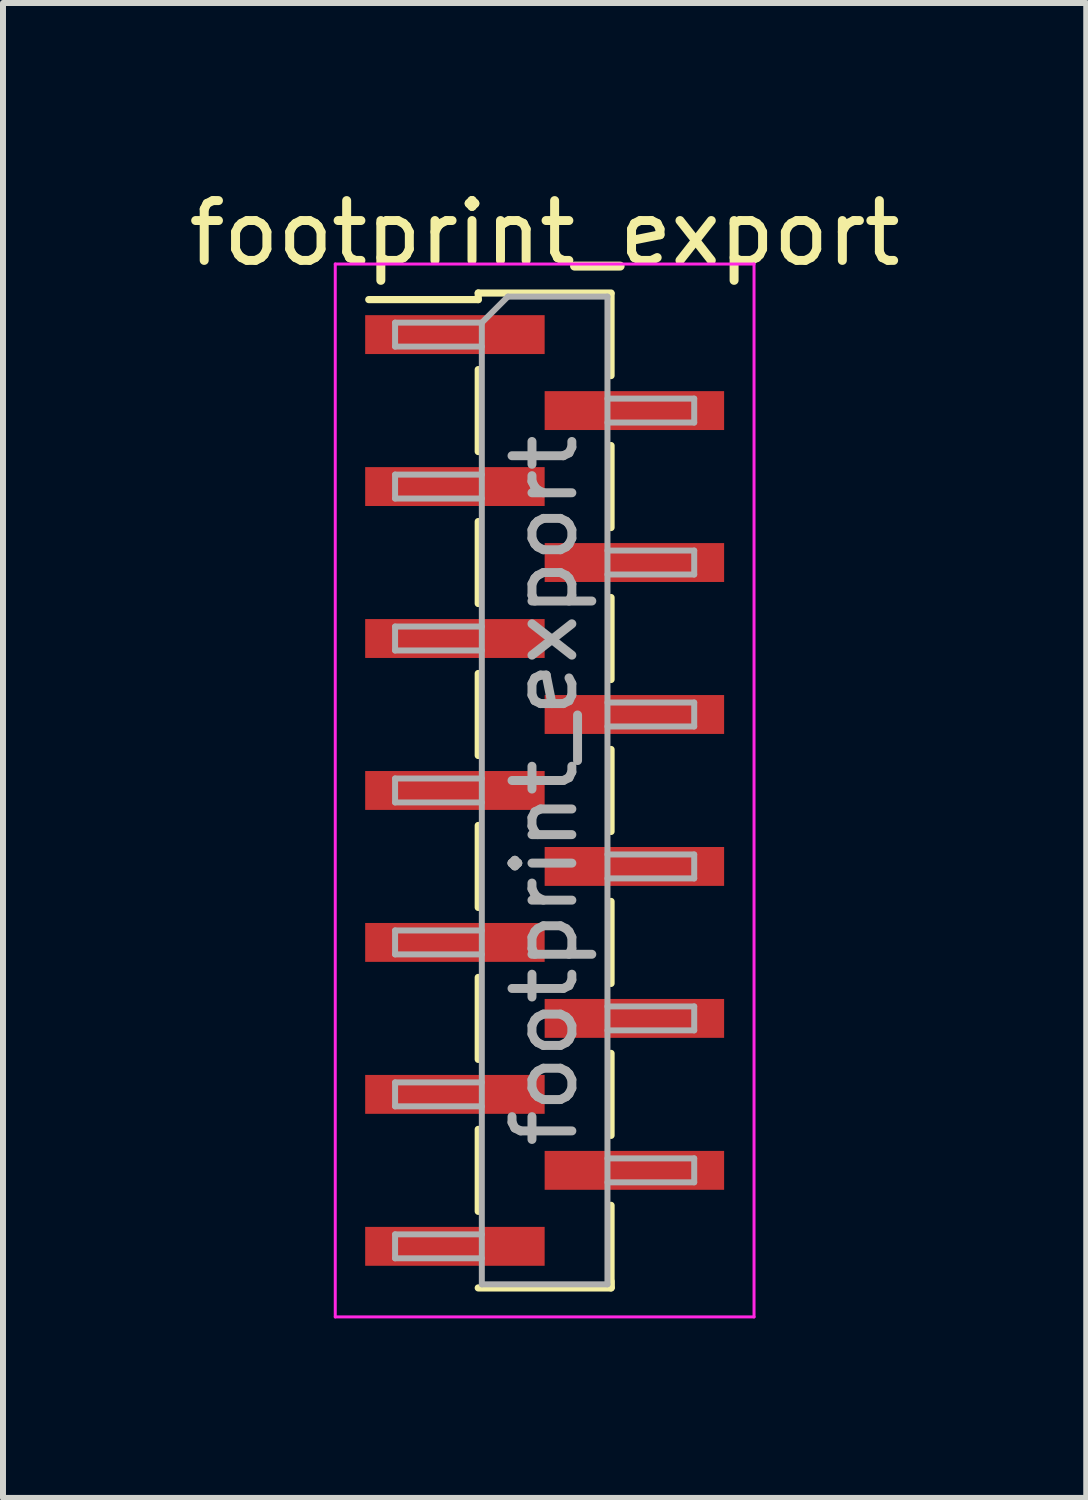
<source format=kicad_pcb>
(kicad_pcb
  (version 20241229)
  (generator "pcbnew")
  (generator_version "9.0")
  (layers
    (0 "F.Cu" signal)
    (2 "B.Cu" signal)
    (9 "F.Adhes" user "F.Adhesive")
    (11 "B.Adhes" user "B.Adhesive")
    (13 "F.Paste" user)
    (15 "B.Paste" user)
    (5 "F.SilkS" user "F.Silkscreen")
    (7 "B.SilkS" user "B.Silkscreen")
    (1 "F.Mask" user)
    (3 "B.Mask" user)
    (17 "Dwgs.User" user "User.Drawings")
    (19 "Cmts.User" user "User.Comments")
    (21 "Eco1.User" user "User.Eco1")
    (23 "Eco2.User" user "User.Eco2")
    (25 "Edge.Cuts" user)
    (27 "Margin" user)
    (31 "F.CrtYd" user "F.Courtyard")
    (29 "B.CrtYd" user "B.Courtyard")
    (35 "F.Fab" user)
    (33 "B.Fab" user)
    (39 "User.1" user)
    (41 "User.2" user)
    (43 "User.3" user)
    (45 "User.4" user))
  (footprint "footprint_export"
    (layer "F.Cu")
    (at 6.054 10.163)
    (property "Reference" "footprint_export" (at 0 -9.315 0) (layer "F.SilkS") (effects (font (size 1 1) (thickness 0.15))))
    (attr smd)
    (fp_line (start -1.11 -8.315) (end -1.11 -8.205) (stroke (width 0.12) (type solid)) (layer "F.SilkS"))
    (fp_line (start -1.11 -8.315) (end 1.11 -8.315) (stroke (width 0.12) (type solid)) (layer "F.SilkS"))
    (fp_line (start -1.11 -8.205) (end -2.94 -8.205) (stroke (width 0.12) (type solid)) (layer "F.SilkS"))
    (fp_line (start -1.11 -7.035) (end -1.11 -5.665) (stroke (width 0.12) (type solid)) (layer "F.SilkS"))
    (fp_line (start -1.11 -4.495) (end -1.11 -3.125) (stroke (width 0.12) (type solid)) (layer "F.SilkS"))
    (fp_line (start -1.11 -1.955) (end -1.11 -0.585) (stroke (width 0.12) (type solid)) (layer "F.SilkS"))
    (fp_line (start -1.11 0.585) (end -1.11 1.955) (stroke (width 0.12) (type solid)) (layer "F.SilkS"))
    (fp_line (start -1.11 3.125) (end -1.11 4.495) (stroke (width 0.12) (type solid)) (layer "F.SilkS"))
    (fp_line (start -1.11 5.665) (end -1.11 7.035) (stroke (width 0.12) (type solid)) (layer "F.SilkS"))
    (fp_line (start -1.11 8.315) (end 1.11 8.315) (stroke (width 0.12) (type solid)) (layer "F.SilkS"))
    (fp_line (start 1.11 -8.305) (end 1.11 -6.935) (stroke (width 0.12) (type solid)) (layer "F.SilkS"))
    (fp_line (start 1.11 -5.765) (end 1.11 -4.395) (stroke (width 0.12) (type solid)) (layer "F.SilkS"))
    (fp_line (start 1.11 -3.225) (end 1.11 -1.855) (stroke (width 0.12) (type solid)) (layer "F.SilkS"))
    (fp_line (start 1.11 -0.685) (end 1.11 0.685) (stroke (width 0.12) (type solid)) (layer "F.SilkS"))
    (fp_line (start 1.11 1.855) (end 1.11 3.225) (stroke (width 0.12) (type solid)) (layer "F.SilkS"))
    (fp_line (start 1.11 4.395) (end 1.11 5.765) (stroke (width 0.12) (type solid)) (layer "F.SilkS"))
    (fp_line (start 1.11 6.935) (end 1.11 8.305) (stroke (width 0.12) (type solid)) (layer "F.SilkS"))
    (fp_line (start 1.11 8.205) (end 1.11 8.315) (stroke (width 0.12) (type solid)) (layer "F.SilkS"))
    (fp_line (start -3.5 -8.8) (end -3.5 8.8) (stroke (width 0.05) (type solid)) (layer "F.CrtYd"))
    (fp_line (start -3.5 8.8) (end 3.5 8.8) (stroke (width 0.05) (type solid)) (layer "F.CrtYd"))
    (fp_line (start 3.5 -8.8) (end -3.5 -8.8) (stroke (width 0.05) (type solid)) (layer "F.CrtYd"))
    (fp_line (start 3.5 8.8) (end 3.5 -8.8) (stroke (width 0.05) (type solid)) (layer "F.CrtYd"))
    (fp_line (start -2.5 -7.82) (end -2.5 -7.42) (stroke (width 0.1) (type solid)) (layer "F.Fab"))
    (fp_line (start -2.5 -7.42) (end -1.05 -7.42) (stroke (width 0.1) (type solid)) (layer "F.Fab"))
    (fp_line (start -2.5 -5.28) (end -2.5 -4.88) (stroke (width 0.1) (type solid)) (layer "F.Fab"))
    (fp_line (start -2.5 -4.88) (end -1.05 -4.88) (stroke (width 0.1) (type solid)) (layer "F.Fab"))
    (fp_line (start -2.5 -2.74) (end -2.5 -2.34) (stroke (width 0.1) (type solid)) (layer "F.Fab"))
    (fp_line (start -2.5 -2.34) (end -1.05 -2.34) (stroke (width 0.1) (type solid)) (layer "F.Fab"))
    (fp_line (start -2.5 -0.2) (end -2.5 0.2) (stroke (width 0.1) (type solid)) (layer "F.Fab"))
    (fp_line (start -2.5 0.2) (end -1.05 0.2) (stroke (width 0.1) (type solid)) (layer "F.Fab"))
    (fp_line (start -2.5 2.34) (end -2.5 2.74) (stroke (width 0.1) (type solid)) (layer "F.Fab"))
    (fp_line (start -2.5 2.74) (end -1.05 2.74) (stroke (width 0.1) (type solid)) (layer "F.Fab"))
    (fp_line (start -2.5 4.88) (end -2.5 5.28) (stroke (width 0.1) (type solid)) (layer "F.Fab"))
    (fp_line (start -2.5 5.28) (end -1.05 5.28) (stroke (width 0.1) (type solid)) (layer "F.Fab"))
    (fp_line (start -2.5 7.42) (end -2.5 7.82) (stroke (width 0.1) (type solid)) (layer "F.Fab"))
    (fp_line (start -2.5 7.82) (end -1.05 7.82) (stroke (width 0.1) (type solid)) (layer "F.Fab"))
    (fp_line (start -1.05 -7.82) (end -2.5 -7.82) (stroke (width 0.1) (type solid)) (layer "F.Fab"))
    (fp_line (start -1.05 -7.82) (end -0.615 -8.255) (stroke (width 0.1) (type solid)) (layer "F.Fab"))
    (fp_line (start -1.05 -5.28) (end -2.5 -5.28) (stroke (width 0.1) (type solid)) (layer "F.Fab"))
    (fp_line (start -1.05 -2.74) (end -2.5 -2.74) (stroke (width 0.1) (type solid)) (layer "F.Fab"))
    (fp_line (start -1.05 -0.2) (end -2.5 -0.2) (stroke (width 0.1) (type solid)) (layer "F.Fab"))
    (fp_line (start -1.05 2.34) (end -2.5 2.34) (stroke (width 0.1) (type solid)) (layer "F.Fab"))
    (fp_line (start -1.05 4.88) (end -2.5 4.88) (stroke (width 0.1) (type solid)) (layer "F.Fab"))
    (fp_line (start -1.05 7.42) (end -2.5 7.42) (stroke (width 0.1) (type solid)) (layer "F.Fab"))
    (fp_line (start -1.05 8.255) (end -1.05 -7.82) (stroke (width 0.1) (type solid)) (layer "F.Fab"))
    (fp_line (start -0.615 -8.255) (end 1.05 -8.255) (stroke (width 0.1) (type solid)) (layer "F.Fab"))
    (fp_line (start 1.05 -8.255) (end 1.05 8.255) (stroke (width 0.1) (type solid)) (layer "F.Fab"))
    (fp_line (start 1.05 -6.55) (end 2.5 -6.55) (stroke (width 0.1) (type solid)) (layer "F.Fab"))
    (fp_line (start 1.05 -4.01) (end 2.5 -4.01) (stroke (width 0.1) (type solid)) (layer "F.Fab"))
    (fp_line (start 1.05 -1.47) (end 2.5 -1.47) (stroke (width 0.1) (type solid)) (layer "F.Fab"))
    (fp_line (start 1.05 1.07) (end 2.5 1.07) (stroke (width 0.1) (type solid)) (layer "F.Fab"))
    (fp_line (start 1.05 3.61) (end 2.5 3.61) (stroke (width 0.1) (type solid)) (layer "F.Fab"))
    (fp_line (start 1.05 6.15) (end 2.5 6.15) (stroke (width 0.1) (type solid)) (layer "F.Fab"))
    (fp_line (start 1.05 8.255) (end -1.05 8.255) (stroke (width 0.1) (type solid)) (layer "F.Fab"))
    (fp_line (start 2.5 -6.55) (end 2.5 -6.15) (stroke (width 0.1) (type solid)) (layer "F.Fab"))
    (fp_line (start 2.5 -6.15) (end 1.05 -6.15) (stroke (width 0.1) (type solid)) (layer "F.Fab"))
    (fp_line (start 2.5 -4.01) (end 2.5 -3.61) (stroke (width 0.1) (type solid)) (layer "F.Fab"))
    (fp_line (start 2.5 -3.61) (end 1.05 -3.61) (stroke (width 0.1) (type solid)) (layer "F.Fab"))
    (fp_line (start 2.5 -1.47) (end 2.5 -1.07) (stroke (width 0.1) (type solid)) (layer "F.Fab"))
    (fp_line (start 2.5 -1.07) (end 1.05 -1.07) (stroke (width 0.1) (type solid)) (layer "F.Fab"))
    (fp_line (start 2.5 1.07) (end 2.5 1.47) (stroke (width 0.1) (type solid)) (layer "F.Fab"))
    (fp_line (start 2.5 1.47) (end 1.05 1.47) (stroke (width 0.1) (type solid)) (layer "F.Fab"))
    (fp_line (start 2.5 3.61) (end 2.5 4.01) (stroke (width 0.1) (type solid)) (layer "F.Fab"))
    (fp_line (start 2.5 4.01) (end 1.05 4.01) (stroke (width 0.1) (type solid)) (layer "F.Fab"))
    (fp_line (start 2.5 6.15) (end 2.5 6.55) (stroke (width 0.1) (type solid)) (layer "F.Fab"))
    (fp_line (start 2.5 6.55) (end 1.05 6.55) (stroke (width 0.1) (type solid)) (layer "F.Fab"))
    (fp_text user "${REFERENCE}" (at 0 0 90) (layer "F.Fab") (effects (font (size 1 1) (thickness 0.15))))
    (pad "1" smd rect (at -1.5 -7.62) (size 3 0.65) (layers "F.Cu" "F.Mask" "F.Paste"))
    (pad "2" smd rect (at 1.5 -6.35) (size 3 0.65) (layers "F.Cu" "F.Mask" "F.Paste"))
    (pad "3" smd rect (at -1.5 -5.08) (size 3 0.65) (layers "F.Cu" "F.Mask" "F.Paste"))
    (pad "4" smd rect (at 1.5 -3.81) (size 3 0.65) (layers "F.Cu" "F.Mask" "F.Paste"))
    (pad "5" smd rect (at -1.5 -2.54) (size 3 0.65) (layers "F.Cu" "F.Mask" "F.Paste"))
    (pad "6" smd rect (at 1.5 -1.27) (size 3 0.65) (layers "F.Cu" "F.Mask" "F.Paste"))
    (pad "7" smd rect (at -1.5 0) (size 3 0.65) (layers "F.Cu" "F.Mask" "F.Paste"))
    (pad "8" smd rect (at 1.5 1.27) (size 3 0.65) (layers "F.Cu" "F.Mask" "F.Paste"))
    (pad "9" smd rect (at -1.5 2.54) (size 3 0.65) (layers "F.Cu" "F.Mask" "F.Paste"))
    (pad "10" smd rect (at 1.5 3.81) (size 3 0.65) (layers "F.Cu" "F.Mask" "F.Paste"))
    (pad "11" smd rect (at -1.5 5.08) (size 3 0.65) (layers "F.Cu" "F.Mask" "F.Paste"))
    (pad "12" smd rect (at 1.5 6.35) (size 3 0.65) (layers "F.Cu" "F.Mask" "F.Paste"))
    (pad "13" smd rect (at -1.5 7.62) (size 3 0.65) (layers "F.Cu" "F.Mask" "F.Paste")))
  (gr_rect
    (start -3 -3)
    (end 15.107 21.988)
    (stroke (width 0.1) (type default))
    (fill no)
    (layer "Edge.Cuts")))
</source>
